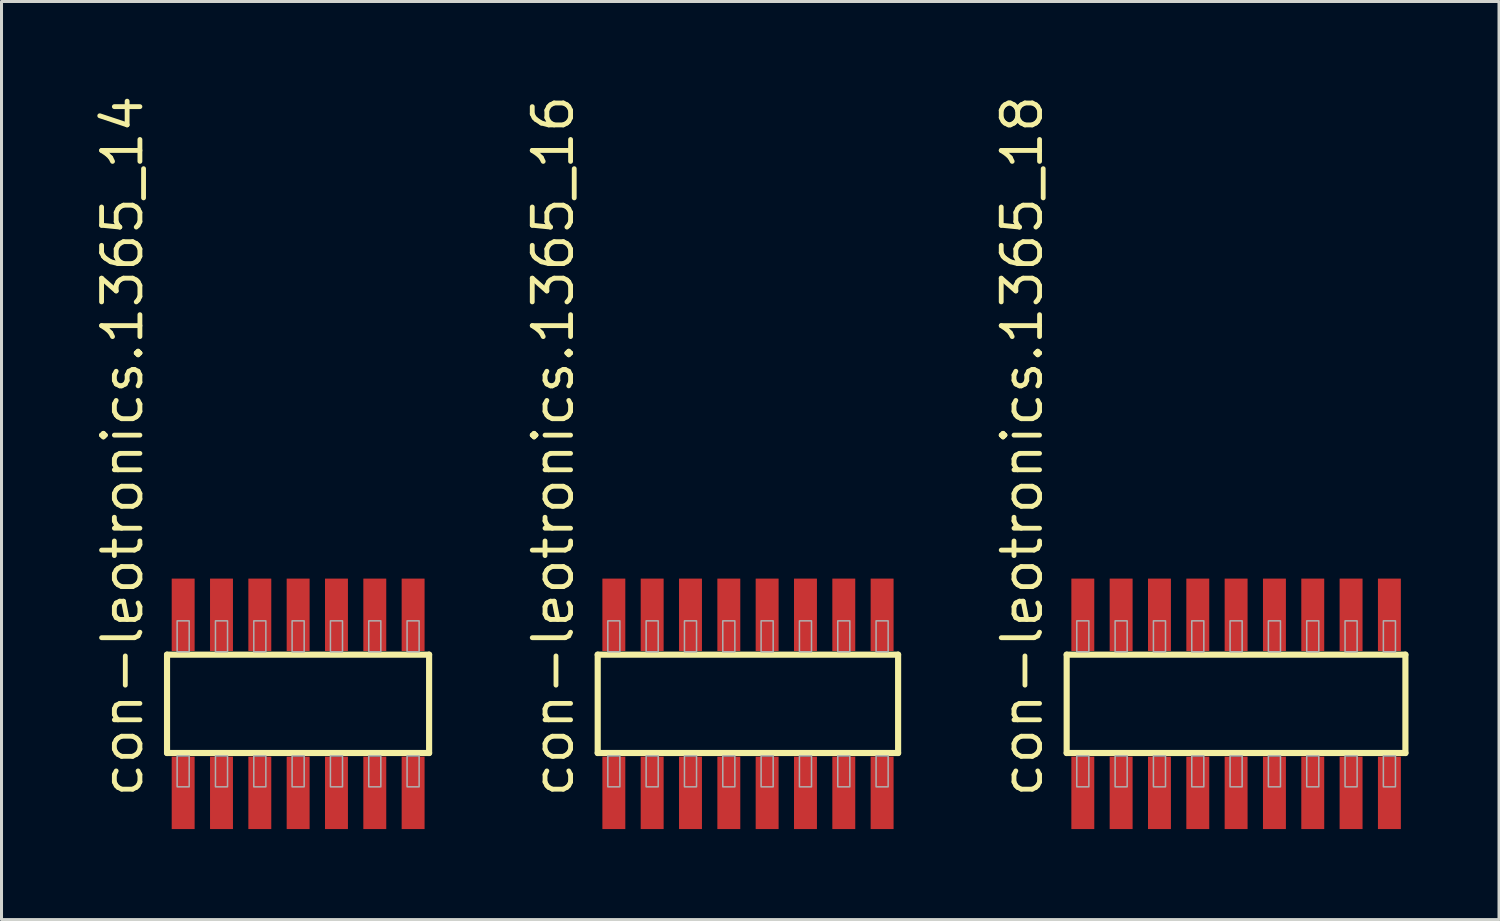
<source format=kicad_pcb>
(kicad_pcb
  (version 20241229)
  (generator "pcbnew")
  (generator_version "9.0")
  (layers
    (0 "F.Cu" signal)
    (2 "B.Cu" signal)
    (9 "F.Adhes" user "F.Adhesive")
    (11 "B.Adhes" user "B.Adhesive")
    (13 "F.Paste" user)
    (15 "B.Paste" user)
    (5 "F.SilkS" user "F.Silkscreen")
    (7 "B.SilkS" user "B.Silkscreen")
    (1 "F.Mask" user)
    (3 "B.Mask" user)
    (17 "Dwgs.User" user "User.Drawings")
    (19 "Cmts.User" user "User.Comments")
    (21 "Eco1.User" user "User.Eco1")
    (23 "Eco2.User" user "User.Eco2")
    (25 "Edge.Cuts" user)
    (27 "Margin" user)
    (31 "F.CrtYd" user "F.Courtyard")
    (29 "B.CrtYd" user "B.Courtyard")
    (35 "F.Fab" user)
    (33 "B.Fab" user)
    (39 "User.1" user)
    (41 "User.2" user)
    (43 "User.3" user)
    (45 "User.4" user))
  (footprint "con-leotronics.1365_16"
    (layer "F.Cu")
    (at 21.737 20.274)
    (property "Reference" "con-leotronics.1365_16" (at -5.715 3.175 90) (layer "F.SilkS") (effects (font (size 1.27 1.27) (thickness 0.16)) (justify left bottom)))
    (attr smd)
    (fp_line (start -4.98 -1.63) (end 4.975 -1.63) (stroke (width 0.203) (type default)) (layer "F.SilkS"))
    (fp_line (start -4.98 1.63) (end -4.98 -1.63) (stroke (width 0.203) (type default)) (layer "F.SilkS"))
    (fp_line (start 4.975 -1.63) (end 4.975 1.63) (stroke (width 0.203) (type default)) (layer "F.SilkS"))
    (fp_line (start 4.975 1.63) (end -4.98 1.63) (stroke (width 0.203) (type default)) (layer "F.SilkS"))
    (fp_rect (start -4.645 -1.725) (end -4.245 -2.75) (stroke (width 0.05) (type default)) (fill no) (layer "F.Fab"))
    (fp_rect (start -4.645 2.75) (end -4.245 1.725) (stroke (width 0.05) (type default)) (fill no) (layer "F.Fab"))
    (fp_rect (start -3.375 -1.725) (end -2.975 -2.75) (stroke (width 0.05) (type default)) (fill no) (layer "F.Fab"))
    (fp_rect (start -3.375 2.75) (end -2.975 1.725) (stroke (width 0.05) (type default)) (fill no) (layer "F.Fab"))
    (fp_rect (start -2.105 -1.725) (end -1.705 -2.75) (stroke (width 0.05) (type default)) (fill no) (layer "F.Fab"))
    (fp_rect (start -2.105 2.75) (end -1.705 1.725) (stroke (width 0.05) (type default)) (fill no) (layer "F.Fab"))
    (fp_rect (start -0.835 -1.725) (end -0.435 -2.75) (stroke (width 0.05) (type default)) (fill no) (layer "F.Fab"))
    (fp_rect (start -0.835 2.75) (end -0.435 1.725) (stroke (width 0.05) (type default)) (fill no) (layer "F.Fab"))
    (fp_rect (start 0.435 -1.725) (end 0.835 -2.75) (stroke (width 0.05) (type default)) (fill no) (layer "F.Fab"))
    (fp_rect (start 0.435 2.75) (end 0.835 1.725) (stroke (width 0.05) (type default)) (fill no) (layer "F.Fab"))
    (fp_rect (start 1.705 -1.725) (end 2.105 -2.75) (stroke (width 0.05) (type default)) (fill no) (layer "F.Fab"))
    (fp_rect (start 1.705 2.75) (end 2.105 1.725) (stroke (width 0.05) (type default)) (fill no) (layer "F.Fab"))
    (fp_rect (start 2.975 -1.725) (end 3.375 -2.75) (stroke (width 0.05) (type default)) (fill no) (layer "F.Fab"))
    (fp_rect (start 2.975 2.75) (end 3.375 1.725) (stroke (width 0.05) (type default)) (fill no) (layer "F.Fab"))
    (fp_rect (start 4.245 -1.725) (end 4.645 -2.75) (stroke (width 0.05) (type default)) (fill no) (layer "F.Fab"))
    (fp_rect (start 4.245 2.75) (end 4.645 1.725) (stroke (width 0.05) (type default)) (fill no) (layer "F.Fab"))
    (pad "1" smd roundrect (at -4.445 2.95) (size 0.76 2.4) (layers "F.Cu" "F.Mask" "F.Paste") (roundrect_rratio 0.01))
    (pad "2" smd roundrect (at -4.445 -2.95) (size 0.76 2.4) (layers "F.Cu" "F.Mask" "F.Paste") (roundrect_rratio 0.01))
    (pad "3" smd roundrect (at -3.175 2.95) (size 0.76 2.4) (layers "F.Cu" "F.Mask" "F.Paste") (roundrect_rratio 0.01))
    (pad "4" smd roundrect (at -3.175 -2.95) (size 0.76 2.4) (layers "F.Cu" "F.Mask" "F.Paste") (roundrect_rratio 0.01))
    (pad "5" smd roundrect (at -1.905 2.95) (size 0.76 2.4) (layers "F.Cu" "F.Mask" "F.Paste") (roundrect_rratio 0.01))
    (pad "6" smd roundrect (at -1.905 -2.95) (size 0.76 2.4) (layers "F.Cu" "F.Mask" "F.Paste") (roundrect_rratio 0.01))
    (pad "7" smd roundrect (at -0.635 2.95) (size 0.76 2.4) (layers "F.Cu" "F.Mask" "F.Paste") (roundrect_rratio 0.01))
    (pad "8" smd roundrect (at -0.635 -2.95) (size 0.76 2.4) (layers "F.Cu" "F.Mask" "F.Paste") (roundrect_rratio 0.01))
    (pad "9" smd roundrect (at 0.635 2.95) (size 0.76 2.4) (layers "F.Cu" "F.Mask" "F.Paste") (roundrect_rratio 0.01))
    (pad "10" smd roundrect (at 0.635 -2.95) (size 0.76 2.4) (layers "F.Cu" "F.Mask" "F.Paste") (roundrect_rratio 0.01))
    (pad "11" smd roundrect (at 1.905 2.95) (size 0.76 2.4) (layers "F.Cu" "F.Mask" "F.Paste") (roundrect_rratio 0.01))
    (pad "12" smd roundrect (at 1.905 -2.95) (size 0.76 2.4) (layers "F.Cu" "F.Mask" "F.Paste") (roundrect_rratio 0.01))
    (pad "13" smd roundrect (at 3.175 2.95) (size 0.76 2.4) (layers "F.Cu" "F.Mask" "F.Paste") (roundrect_rratio 0.01))
    (pad "14" smd roundrect (at 3.175 -2.95) (size 0.76 2.4) (layers "F.Cu" "F.Mask" "F.Paste") (roundrect_rratio 0.01))
    (pad "15" smd roundrect (at 4.445 2.95) (size 0.76 2.4) (layers "F.Cu" "F.Mask" "F.Paste") (roundrect_rratio 0.01))
    (pad "16" smd roundrect (at 4.445 -2.95) (size 0.76 2.4) (layers "F.Cu" "F.Mask" "F.Paste") (roundrect_rratio 0.01)))
  (footprint "con-leotronics.1365_14"
    (layer "F.Cu")
    (at 6.83 20.274)
    (property "Reference" "con-leotronics.1365_14" (at -5.08 3.175 90) (layer "F.SilkS") (effects (font (size 1.27 1.27) (thickness 0.16)) (justify left bottom)))
    (attr smd)
    (fp_line (start -4.345 -1.63) (end 4.34 -1.63) (stroke (width 0.203) (type default)) (layer "F.SilkS"))
    (fp_line (start -4.345 1.63) (end -4.345 -1.63) (stroke (width 0.203) (type default)) (layer "F.SilkS"))
    (fp_line (start 4.34 -1.63) (end 4.34 1.63) (stroke (width 0.203) (type default)) (layer "F.SilkS"))
    (fp_line (start 4.34 1.63) (end -4.345 1.63) (stroke (width 0.203) (type default)) (layer "F.SilkS"))
    (fp_rect (start -4.01 -1.725) (end -3.61 -2.75) (stroke (width 0.05) (type default)) (fill no) (layer "F.Fab"))
    (fp_rect (start -4.01 2.75) (end -3.61 1.725) (stroke (width 0.05) (type default)) (fill no) (layer "F.Fab"))
    (fp_rect (start -2.74 -1.725) (end -2.34 -2.75) (stroke (width 0.05) (type default)) (fill no) (layer "F.Fab"))
    (fp_rect (start -2.74 2.75) (end -2.34 1.725) (stroke (width 0.05) (type default)) (fill no) (layer "F.Fab"))
    (fp_rect (start -1.47 -1.725) (end -1.07 -2.75) (stroke (width 0.05) (type default)) (fill no) (layer "F.Fab"))
    (fp_rect (start -1.47 2.75) (end -1.07 1.725) (stroke (width 0.05) (type default)) (fill no) (layer "F.Fab"))
    (fp_rect (start -0.2 -1.725) (end 0.2 -2.75) (stroke (width 0.05) (type default)) (fill no) (layer "F.Fab"))
    (fp_rect (start -0.2 2.75) (end 0.2 1.725) (stroke (width 0.05) (type default)) (fill no) (layer "F.Fab"))
    (fp_rect (start 1.07 -1.725) (end 1.47 -2.75) (stroke (width 0.05) (type default)) (fill no) (layer "F.Fab"))
    (fp_rect (start 1.07 2.75) (end 1.47 1.725) (stroke (width 0.05) (type default)) (fill no) (layer "F.Fab"))
    (fp_rect (start 2.34 -1.725) (end 2.74 -2.75) (stroke (width 0.05) (type default)) (fill no) (layer "F.Fab"))
    (fp_rect (start 2.34 2.75) (end 2.74 1.725) (stroke (width 0.05) (type default)) (fill no) (layer "F.Fab"))
    (fp_rect (start 3.61 -1.725) (end 4.01 -2.75) (stroke (width 0.05) (type default)) (fill no) (layer "F.Fab"))
    (fp_rect (start 3.61 2.75) (end 4.01 1.725) (stroke (width 0.05) (type default)) (fill no) (layer "F.Fab"))
    (pad "1" smd roundrect (at -3.81 2.95) (size 0.76 2.4) (layers "F.Cu" "F.Mask" "F.Paste") (roundrect_rratio 0.01))
    (pad "2" smd roundrect (at -3.81 -2.95) (size 0.76 2.4) (layers "F.Cu" "F.Mask" "F.Paste") (roundrect_rratio 0.01))
    (pad "3" smd roundrect (at -2.54 2.95) (size 0.76 2.4) (layers "F.Cu" "F.Mask" "F.Paste") (roundrect_rratio 0.01))
    (pad "4" smd roundrect (at -2.54 -2.95) (size 0.76 2.4) (layers "F.Cu" "F.Mask" "F.Paste") (roundrect_rratio 0.01))
    (pad "5" smd roundrect (at -1.27 2.95) (size 0.76 2.4) (layers "F.Cu" "F.Mask" "F.Paste") (roundrect_rratio 0.01))
    (pad "6" smd roundrect (at -1.27 -2.95) (size 0.76 2.4) (layers "F.Cu" "F.Mask" "F.Paste") (roundrect_rratio 0.01))
    (pad "7" smd roundrect (at 0 2.95) (size 0.76 2.4) (layers "F.Cu" "F.Mask" "F.Paste") (roundrect_rratio 0.01))
    (pad "8" smd roundrect (at 0 -2.95) (size 0.76 2.4) (layers "F.Cu" "F.Mask" "F.Paste") (roundrect_rratio 0.01))
    (pad "9" smd roundrect (at 1.27 2.95) (size 0.76 2.4) (layers "F.Cu" "F.Mask" "F.Paste") (roundrect_rratio 0.01))
    (pad "10" smd roundrect (at 1.27 -2.95) (size 0.76 2.4) (layers "F.Cu" "F.Mask" "F.Paste") (roundrect_rratio 0.01))
    (pad "11" smd roundrect (at 2.54 2.95) (size 0.76 2.4) (layers "F.Cu" "F.Mask" "F.Paste") (roundrect_rratio 0.01))
    (pad "12" smd roundrect (at 2.54 -2.95) (size 0.76 2.4) (layers "F.Cu" "F.Mask" "F.Paste") (roundrect_rratio 0.01))
    (pad "13" smd roundrect (at 3.81 2.95) (size 0.76 2.4) (layers "F.Cu" "F.Mask" "F.Paste") (roundrect_rratio 0.01))
    (pad "14" smd roundrect (at 3.81 -2.95) (size 0.76 2.4) (layers "F.Cu" "F.Mask" "F.Paste") (roundrect_rratio 0.01)))
  (footprint "con-leotronics.1365_18"
    (layer "F.Cu")
    (at 37.913 20.274)
    (property "Reference" "con-leotronics.1365_18" (at -6.35 3.175 90) (layer "F.SilkS") (effects (font (size 1.27 1.27) (thickness 0.16)) (justify left bottom)))
    (attr smd)
    (fp_line (start -5.615 -1.63) (end 5.61 -1.63) (stroke (width 0.203) (type default)) (layer "F.SilkS"))
    (fp_line (start -5.615 1.63) (end -5.615 -1.63) (stroke (width 0.203) (type default)) (layer "F.SilkS"))
    (fp_line (start 5.61 -1.63) (end 5.61 1.63) (stroke (width 0.203) (type default)) (layer "F.SilkS"))
    (fp_line (start 5.61 1.63) (end -5.615 1.63) (stroke (width 0.203) (type default)) (layer "F.SilkS"))
    (fp_rect (start -5.28 -1.725) (end -4.88 -2.75) (stroke (width 0.05) (type default)) (fill no) (layer "F.Fab"))
    (fp_rect (start -5.28 2.75) (end -4.88 1.725) (stroke (width 0.05) (type default)) (fill no) (layer "F.Fab"))
    (fp_rect (start -4.01 -1.725) (end -3.61 -2.75) (stroke (width 0.05) (type default)) (fill no) (layer "F.Fab"))
    (fp_rect (start -4.01 2.75) (end -3.61 1.725) (stroke (width 0.05) (type default)) (fill no) (layer "F.Fab"))
    (fp_rect (start -2.74 -1.725) (end -2.34 -2.75) (stroke (width 0.05) (type default)) (fill no) (layer "F.Fab"))
    (fp_rect (start -2.74 2.75) (end -2.34 1.725) (stroke (width 0.05) (type default)) (fill no) (layer "F.Fab"))
    (fp_rect (start -1.47 -1.725) (end -1.07 -2.75) (stroke (width 0.05) (type default)) (fill no) (layer "F.Fab"))
    (fp_rect (start -1.47 2.75) (end -1.07 1.725) (stroke (width 0.05) (type default)) (fill no) (layer "F.Fab"))
    (fp_rect (start -0.2 -1.725) (end 0.2 -2.75) (stroke (width 0.05) (type default)) (fill no) (layer "F.Fab"))
    (fp_rect (start -0.2 2.75) (end 0.2 1.725) (stroke (width 0.05) (type default)) (fill no) (layer "F.Fab"))
    (fp_rect (start 1.07 -1.725) (end 1.47 -2.75) (stroke (width 0.05) (type default)) (fill no) (layer "F.Fab"))
    (fp_rect (start 1.07 2.75) (end 1.47 1.725) (stroke (width 0.05) (type default)) (fill no) (layer "F.Fab"))
    (fp_rect (start 2.34 -1.725) (end 2.74 -2.75) (stroke (width 0.05) (type default)) (fill no) (layer "F.Fab"))
    (fp_rect (start 2.34 2.75) (end 2.74 1.725) (stroke (width 0.05) (type default)) (fill no) (layer "F.Fab"))
    (fp_rect (start 3.61 -1.725) (end 4.01 -2.75) (stroke (width 0.05) (type default)) (fill no) (layer "F.Fab"))
    (fp_rect (start 3.61 2.75) (end 4.01 1.725) (stroke (width 0.05) (type default)) (fill no) (layer "F.Fab"))
    (fp_rect (start 4.88 -1.725) (end 5.28 -2.75) (stroke (width 0.05) (type default)) (fill no) (layer "F.Fab"))
    (fp_rect (start 4.88 2.75) (end 5.28 1.725) (stroke (width 0.05) (type default)) (fill no) (layer "F.Fab"))
    (pad "1" smd roundrect (at -5.08 2.95) (size 0.76 2.4) (layers "F.Cu" "F.Mask" "F.Paste") (roundrect_rratio 0.01))
    (pad "2" smd roundrect (at -5.08 -2.95) (size 0.76 2.4) (layers "F.Cu" "F.Mask" "F.Paste") (roundrect_rratio 0.01))
    (pad "3" smd roundrect (at -3.81 2.95) (size 0.76 2.4) (layers "F.Cu" "F.Mask" "F.Paste") (roundrect_rratio 0.01))
    (pad "4" smd roundrect (at -3.81 -2.95) (size 0.76 2.4) (layers "F.Cu" "F.Mask" "F.Paste") (roundrect_rratio 0.01))
    (pad "5" smd roundrect (at -2.54 2.95) (size 0.76 2.4) (layers "F.Cu" "F.Mask" "F.Paste") (roundrect_rratio 0.01))
    (pad "6" smd roundrect (at -2.54 -2.95) (size 0.76 2.4) (layers "F.Cu" "F.Mask" "F.Paste") (roundrect_rratio 0.01))
    (pad "7" smd roundrect (at -1.27 2.95) (size 0.76 2.4) (layers "F.Cu" "F.Mask" "F.Paste") (roundrect_rratio 0.01))
    (pad "8" smd roundrect (at -1.27 -2.95) (size 0.76 2.4) (layers "F.Cu" "F.Mask" "F.Paste") (roundrect_rratio 0.01))
    (pad "9" smd roundrect (at 0 2.95) (size 0.76 2.4) (layers "F.Cu" "F.Mask" "F.Paste") (roundrect_rratio 0.01))
    (pad "10" smd roundrect (at 0 -2.95) (size 0.76 2.4) (layers "F.Cu" "F.Mask" "F.Paste") (roundrect_rratio 0.01))
    (pad "11" smd roundrect (at 1.27 2.95) (size 0.76 2.4) (layers "F.Cu" "F.Mask" "F.Paste") (roundrect_rratio 0.01))
    (pad "12" smd roundrect (at 1.27 -2.95) (size 0.76 2.4) (layers "F.Cu" "F.Mask" "F.Paste") (roundrect_rratio 0.01))
    (pad "13" smd roundrect (at 2.54 2.95) (size 0.76 2.4) (layers "F.Cu" "F.Mask" "F.Paste") (roundrect_rratio 0.01))
    (pad "14" smd roundrect (at 2.54 -2.95) (size 0.76 2.4) (layers "F.Cu" "F.Mask" "F.Paste") (roundrect_rratio 0.01))
    (pad "15" smd roundrect (at 3.81 2.95) (size 0.76 2.4) (layers "F.Cu" "F.Mask" "F.Paste") (roundrect_rratio 0.01))
    (pad "16" smd roundrect (at 3.81 -2.95) (size 0.76 2.4) (layers "F.Cu" "F.Mask" "F.Paste") (roundrect_rratio 0.01))
    (pad "17" smd roundrect (at 5.08 2.95) (size 0.76 2.4) (layers "F.Cu" "F.Mask" "F.Paste") (roundrect_rratio 0.01))
    (pad "18" smd roundrect (at 5.08 -2.95) (size 0.76 2.4) (layers "F.Cu" "F.Mask" "F.Paste") (roundrect_rratio 0.01)))
  (gr_rect
    (start -3 -3)
    (end 46.625 27.424)
    (stroke (width 0.1) (type default))
    (fill no)
    (layer "Edge.Cuts")))
</source>
